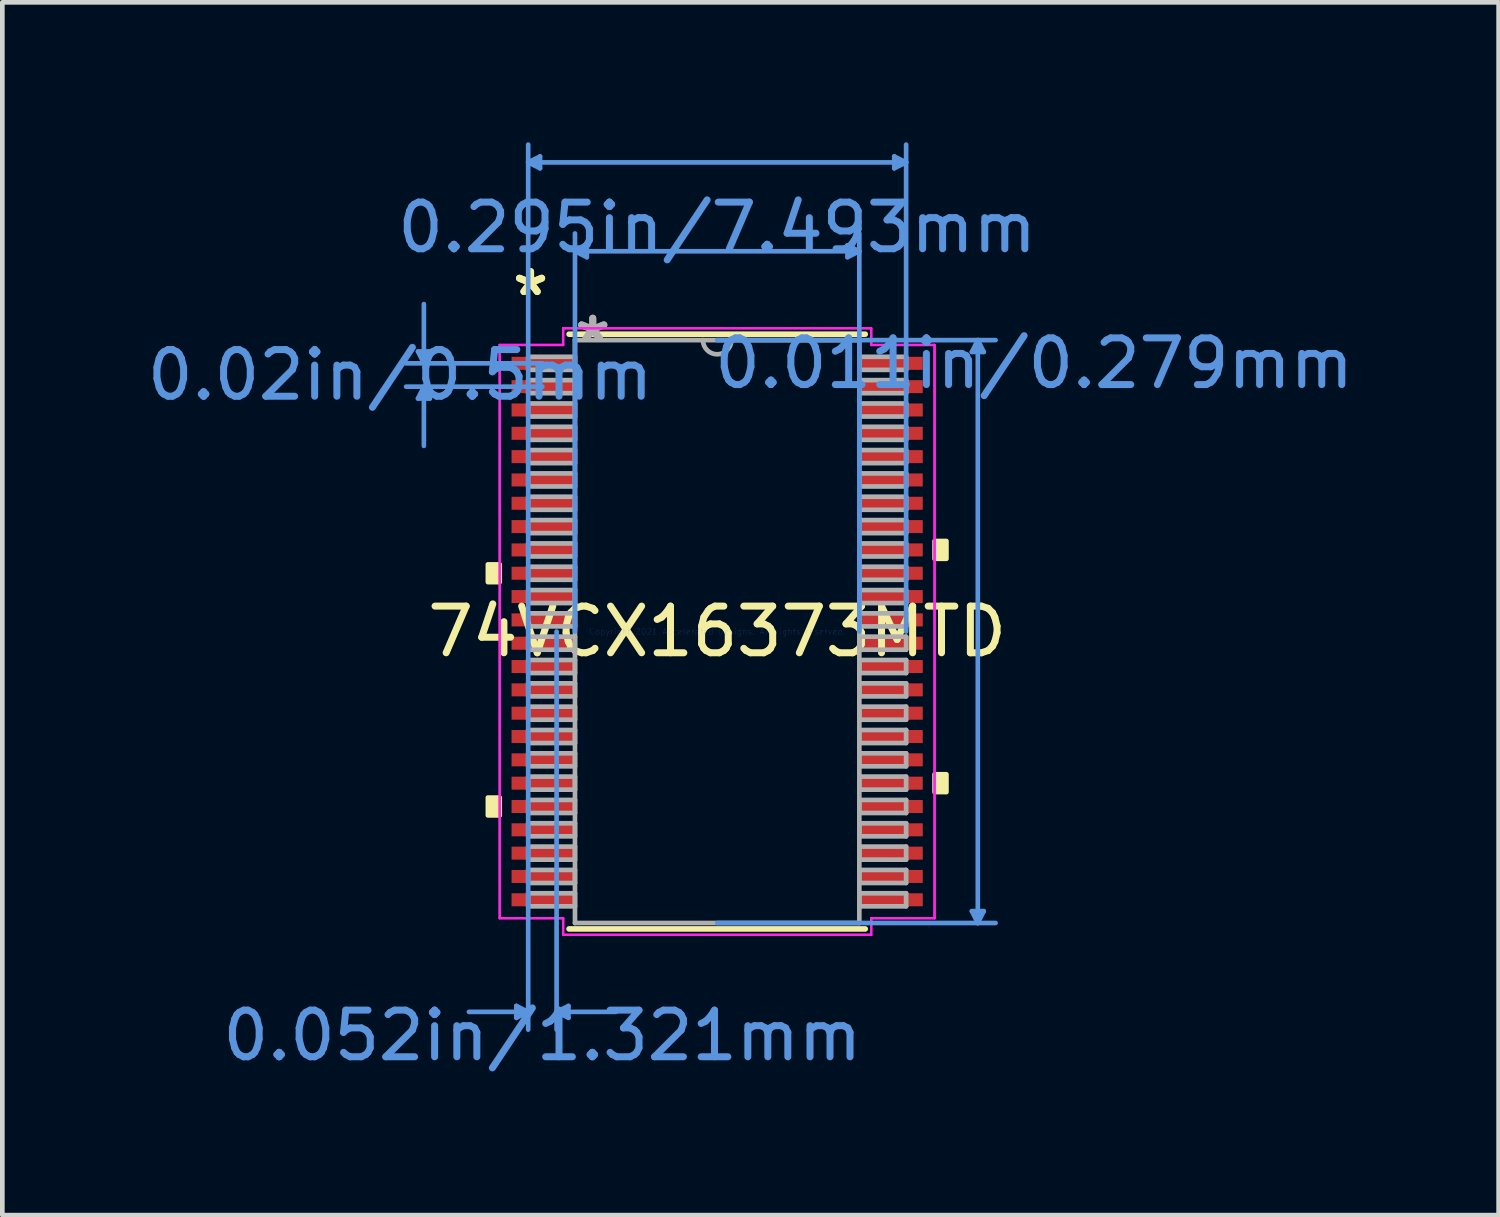
<source format=kicad_pcb>
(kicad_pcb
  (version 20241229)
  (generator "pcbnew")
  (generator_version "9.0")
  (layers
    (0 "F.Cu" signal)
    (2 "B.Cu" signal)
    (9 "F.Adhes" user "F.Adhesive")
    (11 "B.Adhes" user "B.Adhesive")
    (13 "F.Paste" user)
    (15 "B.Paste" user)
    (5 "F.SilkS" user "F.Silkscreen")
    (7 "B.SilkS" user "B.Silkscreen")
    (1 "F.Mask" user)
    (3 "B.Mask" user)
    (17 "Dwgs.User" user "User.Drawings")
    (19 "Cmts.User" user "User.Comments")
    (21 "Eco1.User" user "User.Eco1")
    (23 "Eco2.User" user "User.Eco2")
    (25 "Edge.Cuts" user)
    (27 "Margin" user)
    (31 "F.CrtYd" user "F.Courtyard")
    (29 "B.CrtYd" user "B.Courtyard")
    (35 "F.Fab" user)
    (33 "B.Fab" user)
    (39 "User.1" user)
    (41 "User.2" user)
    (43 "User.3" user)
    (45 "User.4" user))
  (footprint "74VCX16373MTD"
    (layer "F.Cu")
    (at 12.324 10.489)
    (property "Reference" "74VCX16373MTD" (at 0 0 0) (layer "F.SilkS") (effects (font (size 1 1) (thickness 0.15))))
    (attr through_hole)
    (fp_line (start -3.175 6.375) (end 3.175 6.375) (stroke (width 0.12) (type solid)) (layer "F.SilkS"))
    (fp_line (start 3.175 -6.375) (end -3.175 -6.375) (stroke (width 0.12) (type solid)) (layer "F.SilkS"))
    (fp_poly (pts (xy -4.915 -1.44) (xy -4.915 -1.06) (xy -4.661 -1.06) (xy -4.661 -1.44)) (stroke (width 0.1) (type solid)) (fill yes) (layer "F.SilkS"))
    (fp_poly (pts (xy -4.915 3.559) (xy -4.915 3.941) (xy -4.661 3.941) (xy -4.661 3.559)) (stroke (width 0.1) (type solid)) (fill yes) (layer "F.SilkS"))
    (fp_poly (pts (xy 4.915 -1.941) (xy 4.915 -1.56) (xy 4.661 -1.56) (xy 4.661 -1.941)) (stroke (width 0.1) (type solid)) (fill yes) (layer "F.SilkS"))
    (fp_poly (pts (xy 4.915 3.06) (xy 4.915 3.441) (xy 4.661 3.441) (xy 4.661 3.06)) (stroke (width 0.1) (type solid)) (fill yes) (layer "F.SilkS"))
    (fp_line (start -6.413 -6.004) (end -6.16 -6.004) (stroke (width 0.1) (type solid)) (layer "Cmts.User"))
    (fp_line (start -6.413 -4.996) (end -6.16 -4.996) (stroke (width 0.1) (type solid)) (layer "Cmts.User"))
    (fp_line (start -6.287 -5.75) (end -6.413 -6.004) (stroke (width 0.1) (type solid)) (layer "Cmts.User"))
    (fp_line (start -6.287 -5.75) (end -6.287 -7.02) (stroke (width 0.1) (type solid)) (layer "Cmts.User"))
    (fp_line (start -6.287 -5.75) (end -6.16 -6.004) (stroke (width 0.1) (type solid)) (layer "Cmts.User"))
    (fp_line (start -6.287 -5.25) (end -6.413 -4.996) (stroke (width 0.1) (type solid)) (layer "Cmts.User"))
    (fp_line (start -6.287 -5.25) (end -6.287 -3.98) (stroke (width 0.1) (type solid)) (layer "Cmts.User"))
    (fp_line (start -6.287 -5.25) (end -6.16 -4.996) (stroke (width 0.1) (type solid)) (layer "Cmts.User"))
    (fp_line (start -4.305 8.026) (end -4.305 8.28) (stroke (width 0.1) (type solid)) (layer "Cmts.User"))
    (fp_line (start -4.051 -10.058) (end -3.797 -10.185) (stroke (width 0.1) (type solid)) (layer "Cmts.User"))
    (fp_line (start -4.051 -10.058) (end -3.797 -9.931) (stroke (width 0.1) (type solid)) (layer "Cmts.User"))
    (fp_line (start -4.051 -10.058) (end 4.051 -10.058) (stroke (width 0.1) (type solid)) (layer "Cmts.User"))
    (fp_line (start -4.051 0) (end -4.051 -10.439) (stroke (width 0.1) (type solid)) (layer "Cmts.User"))
    (fp_line (start -4.051 0) (end -4.051 8.534) (stroke (width 0.1) (type solid)) (layer "Cmts.User"))
    (fp_line (start -4.051 8.153) (end -5.321 8.153) (stroke (width 0.1) (type solid)) (layer "Cmts.User"))
    (fp_line (start -4.051 8.153) (end -4.305 8.026) (stroke (width 0.1) (type solid)) (layer "Cmts.User"))
    (fp_line (start -4.051 8.153) (end -4.305 8.28) (stroke (width 0.1) (type solid)) (layer "Cmts.User"))
    (fp_line (start -3.797 -10.185) (end -3.797 -9.931) (stroke (width 0.1) (type solid)) (layer "Cmts.User"))
    (fp_line (start -3.747 -5.75) (end -6.668 -5.75) (stroke (width 0.1) (type solid)) (layer "Cmts.User"))
    (fp_line (start -3.747 -5.25) (end -6.668 -5.25) (stroke (width 0.1) (type solid)) (layer "Cmts.User"))
    (fp_line (start -3.442 0) (end -3.442 8.534) (stroke (width 0.1) (type solid)) (layer "Cmts.User"))
    (fp_line (start -3.442 8.153) (end -3.188 8.026) (stroke (width 0.1) (type solid)) (layer "Cmts.User"))
    (fp_line (start -3.442 8.153) (end -3.188 8.28) (stroke (width 0.1) (type solid)) (layer "Cmts.User"))
    (fp_line (start -3.442 8.153) (end -2.172 8.153) (stroke (width 0.1) (type solid)) (layer "Cmts.User"))
    (fp_line (start -3.188 8.026) (end -3.188 8.28) (stroke (width 0.1) (type solid)) (layer "Cmts.User"))
    (fp_line (start -3.048 -8.153) (end -2.794 -8.28) (stroke (width 0.1) (type solid)) (layer "Cmts.User"))
    (fp_line (start -3.048 -8.153) (end -2.794 -8.026) (stroke (width 0.1) (type solid)) (layer "Cmts.User"))
    (fp_line (start -3.048 -8.153) (end 3.048 -8.153) (stroke (width 0.1) (type solid)) (layer "Cmts.User"))
    (fp_line (start -3.048 0) (end -3.048 -8.534) (stroke (width 0.1) (type solid)) (layer "Cmts.User"))
    (fp_line (start -2.794 -8.28) (end -2.794 -8.026) (stroke (width 0.1) (type solid)) (layer "Cmts.User"))
    (fp_line (start 0 -6.248) (end 5.969 -6.248) (stroke (width 0.1) (type solid)) (layer "Cmts.User"))
    (fp_line (start 0 6.248) (end 5.969 6.248) (stroke (width 0.1) (type solid)) (layer "Cmts.User"))
    (fp_line (start 2.794 -8.28) (end 2.794 -8.026) (stroke (width 0.1) (type solid)) (layer "Cmts.User"))
    (fp_line (start 3.048 -8.153) (end 2.794 -8.28) (stroke (width 0.1) (type solid)) (layer "Cmts.User"))
    (fp_line (start 3.048 -8.153) (end 2.794 -8.026) (stroke (width 0.1) (type solid)) (layer "Cmts.User"))
    (fp_line (start 3.048 0) (end 3.048 -8.534) (stroke (width 0.1) (type solid)) (layer "Cmts.User"))
    (fp_line (start 3.797 -10.185) (end 3.797 -9.931) (stroke (width 0.1) (type solid)) (layer "Cmts.User"))
    (fp_line (start 4.051 -10.058) (end 3.797 -10.185) (stroke (width 0.1) (type solid)) (layer "Cmts.User"))
    (fp_line (start 4.051 -10.058) (end 3.797 -9.931) (stroke (width 0.1) (type solid)) (layer "Cmts.User"))
    (fp_line (start 4.051 0) (end 4.051 -10.439) (stroke (width 0.1) (type solid)) (layer "Cmts.User"))
    (fp_line (start 5.461 -5.994) (end 5.715 -5.994) (stroke (width 0.1) (type solid)) (layer "Cmts.User"))
    (fp_line (start 5.461 5.994) (end 5.715 5.994) (stroke (width 0.1) (type solid)) (layer "Cmts.User"))
    (fp_line (start 5.588 -6.248) (end 5.461 -5.994) (stroke (width 0.1) (type solid)) (layer "Cmts.User"))
    (fp_line (start 5.588 -6.248) (end 5.588 6.248) (stroke (width 0.1) (type solid)) (layer "Cmts.User"))
    (fp_line (start 5.588 -6.248) (end 5.715 -5.994) (stroke (width 0.1) (type solid)) (layer "Cmts.User"))
    (fp_line (start 5.588 6.248) (end 5.461 5.994) (stroke (width 0.1) (type solid)) (layer "Cmts.User"))
    (fp_line (start 5.588 6.248) (end 5.715 5.994) (stroke (width 0.1) (type solid)) (layer "Cmts.User"))
    (fp_line (start -4.661 -6.144) (end -3.302 -6.144) (stroke (width 0.05) (type solid)) (layer "F.CrtYd"))
    (fp_line (start -4.661 -6.144) (end -3.302 -6.144) (stroke (width 0.05) (type solid)) (layer "F.CrtYd"))
    (fp_line (start -4.661 6.144) (end -4.661 -6.144) (stroke (width 0.05) (type solid)) (layer "F.CrtYd"))
    (fp_line (start -4.661 6.144) (end -4.661 -6.144) (stroke (width 0.05) (type solid)) (layer "F.CrtYd"))
    (fp_line (start -4.661 6.144) (end -3.302 6.144) (stroke (width 0.05) (type solid)) (layer "F.CrtYd"))
    (fp_line (start -3.302 -6.502) (end 3.302 -6.502) (stroke (width 0.05) (type solid)) (layer "F.CrtYd"))
    (fp_line (start -3.302 -6.502) (end 3.302 -6.502) (stroke (width 0.05) (type solid)) (layer "F.CrtYd"))
    (fp_line (start -3.302 -6.144) (end -3.302 -6.502) (stroke (width 0.05) (type solid)) (layer "F.CrtYd"))
    (fp_line (start -3.302 -6.144) (end -3.302 -6.502) (stroke (width 0.05) (type solid)) (layer "F.CrtYd"))
    (fp_line (start -3.302 6.144) (end -4.661 6.144) (stroke (width 0.05) (type solid)) (layer "F.CrtYd"))
    (fp_line (start -3.302 6.502) (end -3.302 6.144) (stroke (width 0.05) (type solid)) (layer "F.CrtYd"))
    (fp_line (start -3.302 6.502) (end -3.302 6.144) (stroke (width 0.05) (type solid)) (layer "F.CrtYd"))
    (fp_line (start 3.302 -6.502) (end 3.302 -6.144) (stroke (width 0.05) (type solid)) (layer "F.CrtYd"))
    (fp_line (start 3.302 -6.502) (end 3.302 -6.144) (stroke (width 0.05) (type solid)) (layer "F.CrtYd"))
    (fp_line (start 3.302 -6.144) (end 4.661 -6.144) (stroke (width 0.05) (type solid)) (layer "F.CrtYd"))
    (fp_line (start 3.302 6.144) (end 3.302 6.502) (stroke (width 0.05) (type solid)) (layer "F.CrtYd"))
    (fp_line (start 3.302 6.144) (end 3.302 6.502) (stroke (width 0.05) (type solid)) (layer "F.CrtYd"))
    (fp_line (start 3.302 6.502) (end -3.302 6.502) (stroke (width 0.05) (type solid)) (layer "F.CrtYd"))
    (fp_line (start 3.302 6.502) (end -3.302 6.502) (stroke (width 0.05) (type solid)) (layer "F.CrtYd"))
    (fp_line (start 4.661 -6.144) (end 3.302 -6.144) (stroke (width 0.05) (type solid)) (layer "F.CrtYd"))
    (fp_line (start 4.661 -6.144) (end 4.661 6.144) (stroke (width 0.05) (type solid)) (layer "F.CrtYd"))
    (fp_line (start 4.661 -6.144) (end 4.661 6.144) (stroke (width 0.05) (type solid)) (layer "F.CrtYd"))
    (fp_line (start 4.661 6.144) (end 3.302 6.144) (stroke (width 0.05) (type solid)) (layer "F.CrtYd"))
    (fp_line (start 4.661 6.144) (end 3.302 6.144) (stroke (width 0.05) (type solid)) (layer "F.CrtYd"))
    (fp_line (start -4.051 -5.89) (end -4.051 -5.61) (stroke (width 0.1) (type solid)) (layer "F.Fab"))
    (fp_line (start -4.051 -5.61) (end -3.048 -5.61) (stroke (width 0.1) (type solid)) (layer "F.Fab"))
    (fp_line (start -4.051 -5.39) (end -4.051 -5.11) (stroke (width 0.1) (type solid)) (layer "F.Fab"))
    (fp_line (start -4.051 -5.11) (end -3.048 -5.11) (stroke (width 0.1) (type solid)) (layer "F.Fab"))
    (fp_line (start -4.051 -4.89) (end -4.051 -4.61) (stroke (width 0.1) (type solid)) (layer "F.Fab"))
    (fp_line (start -4.051 -4.61) (end -3.048 -4.61) (stroke (width 0.1) (type solid)) (layer "F.Fab"))
    (fp_line (start -4.051 -4.39) (end -4.051 -4.11) (stroke (width 0.1) (type solid)) (layer "F.Fab"))
    (fp_line (start -4.051 -4.11) (end -3.048 -4.11) (stroke (width 0.1) (type solid)) (layer "F.Fab"))
    (fp_line (start -4.051 -3.89) (end -4.051 -3.61) (stroke (width 0.1) (type solid)) (layer "F.Fab"))
    (fp_line (start -4.051 -3.61) (end -3.048 -3.61) (stroke (width 0.1) (type solid)) (layer "F.Fab"))
    (fp_line (start -4.051 -3.39) (end -4.051 -3.11) (stroke (width 0.1) (type solid)) (layer "F.Fab"))
    (fp_line (start -4.051 -3.11) (end -3.048 -3.11) (stroke (width 0.1) (type solid)) (layer "F.Fab"))
    (fp_line (start -4.051 -2.89) (end -4.051 -2.61) (stroke (width 0.1) (type solid)) (layer "F.Fab"))
    (fp_line (start -4.051 -2.61) (end -3.048 -2.61) (stroke (width 0.1) (type solid)) (layer "F.Fab"))
    (fp_line (start -4.051 -2.39) (end -4.051 -2.11) (stroke (width 0.1) (type solid)) (layer "F.Fab"))
    (fp_line (start -4.051 -2.11) (end -3.048 -2.11) (stroke (width 0.1) (type solid)) (layer "F.Fab"))
    (fp_line (start -4.051 -1.89) (end -4.051 -1.61) (stroke (width 0.1) (type solid)) (layer "F.Fab"))
    (fp_line (start -4.051 -1.61) (end -3.048 -1.61) (stroke (width 0.1) (type solid)) (layer "F.Fab"))
    (fp_line (start -4.051 -1.39) (end -4.051 -1.11) (stroke (width 0.1) (type solid)) (layer "F.Fab"))
    (fp_line (start -4.051 -1.11) (end -3.048 -1.11) (stroke (width 0.1) (type solid)) (layer "F.Fab"))
    (fp_line (start -4.051 -0.89) (end -4.051 -0.61) (stroke (width 0.1) (type solid)) (layer "F.Fab"))
    (fp_line (start -4.051 -0.61) (end -3.048 -0.61) (stroke (width 0.1) (type solid)) (layer "F.Fab"))
    (fp_line (start -4.051 -0.39) (end -4.051 -0.11) (stroke (width 0.1) (type solid)) (layer "F.Fab"))
    (fp_line (start -4.051 -0.11) (end -3.048 -0.11) (stroke (width 0.1) (type solid)) (layer "F.Fab"))
    (fp_line (start -4.051 0.11) (end -4.051 0.39) (stroke (width 0.1) (type solid)) (layer "F.Fab"))
    (fp_line (start -4.051 0.39) (end -3.048 0.39) (stroke (width 0.1) (type solid)) (layer "F.Fab"))
    (fp_line (start -4.051 0.61) (end -4.051 0.89) (stroke (width 0.1) (type solid)) (layer "F.Fab"))
    (fp_line (start -4.051 0.89) (end -3.048 0.89) (stroke (width 0.1) (type solid)) (layer "F.Fab"))
    (fp_line (start -4.051 1.11) (end -4.051 1.39) (stroke (width 0.1) (type solid)) (layer "F.Fab"))
    (fp_line (start -4.051 1.39) (end -3.048 1.39) (stroke (width 0.1) (type solid)) (layer "F.Fab"))
    (fp_line (start -4.051 1.61) (end -4.051 1.89) (stroke (width 0.1) (type solid)) (layer "F.Fab"))
    (fp_line (start -4.051 1.89) (end -3.048 1.89) (stroke (width 0.1) (type solid)) (layer "F.Fab"))
    (fp_line (start -4.051 2.11) (end -4.051 2.39) (stroke (width 0.1) (type solid)) (layer "F.Fab"))
    (fp_line (start -4.051 2.39) (end -3.048 2.39) (stroke (width 0.1) (type solid)) (layer "F.Fab"))
    (fp_line (start -4.051 2.61) (end -4.051 2.89) (stroke (width 0.1) (type solid)) (layer "F.Fab"))
    (fp_line (start -4.051 2.89) (end -3.048 2.89) (stroke (width 0.1) (type solid)) (layer "F.Fab"))
    (fp_line (start -4.051 3.11) (end -4.051 3.39) (stroke (width 0.1) (type solid)) (layer "F.Fab"))
    (fp_line (start -4.051 3.39) (end -3.048 3.39) (stroke (width 0.1) (type solid)) (layer "F.Fab"))
    (fp_line (start -4.051 3.61) (end -4.051 3.89) (stroke (width 0.1) (type solid)) (layer "F.Fab"))
    (fp_line (start -4.051 3.89) (end -3.048 3.89) (stroke (width 0.1) (type solid)) (layer "F.Fab"))
    (fp_line (start -4.051 4.11) (end -4.051 4.39) (stroke (width 0.1) (type solid)) (layer "F.Fab"))
    (fp_line (start -4.051 4.39) (end -3.048 4.39) (stroke (width 0.1) (type solid)) (layer "F.Fab"))
    (fp_line (start -4.051 4.61) (end -4.051 4.89) (stroke (width 0.1) (type solid)) (layer "F.Fab"))
    (fp_line (start -4.051 4.89) (end -3.048 4.89) (stroke (width 0.1) (type solid)) (layer "F.Fab"))
    (fp_line (start -4.051 5.11) (end -4.051 5.39) (stroke (width 0.1) (type solid)) (layer "F.Fab"))
    (fp_line (start -4.051 5.39) (end -3.048 5.39) (stroke (width 0.1) (type solid)) (layer "F.Fab"))
    (fp_line (start -4.051 5.61) (end -4.051 5.89) (stroke (width 0.1) (type solid)) (layer "F.Fab"))
    (fp_line (start -4.051 5.89) (end -3.048 5.89) (stroke (width 0.1) (type solid)) (layer "F.Fab"))
    (fp_line (start -3.048 -6.248) (end -3.048 6.248) (stroke (width 0.1) (type solid)) (layer "F.Fab"))
    (fp_line (start -3.048 -5.89) (end -4.051 -5.89) (stroke (width 0.1) (type solid)) (layer "F.Fab"))
    (fp_line (start -3.048 -5.61) (end -3.048 -5.89) (stroke (width 0.1) (type solid)) (layer "F.Fab"))
    (fp_line (start -3.048 -5.39) (end -4.051 -5.39) (stroke (width 0.1) (type solid)) (layer "F.Fab"))
    (fp_line (start -3.048 -5.11) (end -3.048 -5.39) (stroke (width 0.1) (type solid)) (layer "F.Fab"))
    (fp_line (start -3.048 -4.89) (end -4.051 -4.89) (stroke (width 0.1) (type solid)) (layer "F.Fab"))
    (fp_line (start -3.048 -4.61) (end -3.048 -4.89) (stroke (width 0.1) (type solid)) (layer "F.Fab"))
    (fp_line (start -3.048 -4.39) (end -4.051 -4.39) (stroke (width 0.1) (type solid)) (layer "F.Fab"))
    (fp_line (start -3.048 -4.11) (end -3.048 -4.39) (stroke (width 0.1) (type solid)) (layer "F.Fab"))
    (fp_line (start -3.048 -3.89) (end -4.051 -3.89) (stroke (width 0.1) (type solid)) (layer "F.Fab"))
    (fp_line (start -3.048 -3.61) (end -3.048 -3.89) (stroke (width 0.1) (type solid)) (layer "F.Fab"))
    (fp_line (start -3.048 -3.39) (end -4.051 -3.39) (stroke (width 0.1) (type solid)) (layer "F.Fab"))
    (fp_line (start -3.048 -3.11) (end -3.048 -3.39) (stroke (width 0.1) (type solid)) (layer "F.Fab"))
    (fp_line (start -3.048 -2.89) (end -4.051 -2.89) (stroke (width 0.1) (type solid)) (layer "F.Fab"))
    (fp_line (start -3.048 -2.61) (end -3.048 -2.89) (stroke (width 0.1) (type solid)) (layer "F.Fab"))
    (fp_line (start -3.048 -2.39) (end -4.051 -2.39) (stroke (width 0.1) (type solid)) (layer "F.Fab"))
    (fp_line (start -3.048 -2.11) (end -3.048 -2.39) (stroke (width 0.1) (type solid)) (layer "F.Fab"))
    (fp_line (start -3.048 -1.89) (end -4.051 -1.89) (stroke (width 0.1) (type solid)) (layer "F.Fab"))
    (fp_line (start -3.048 -1.61) (end -3.048 -1.89) (stroke (width 0.1) (type solid)) (layer "F.Fab"))
    (fp_line (start -3.048 -1.39) (end -4.051 -1.39) (stroke (width 0.1) (type solid)) (layer "F.Fab"))
    (fp_line (start -3.048 -1.11) (end -3.048 -1.39) (stroke (width 0.1) (type solid)) (layer "F.Fab"))
    (fp_line (start -3.048 -0.89) (end -4.051 -0.89) (stroke (width 0.1) (type solid)) (layer "F.Fab"))
    (fp_line (start -3.048 -0.61) (end -3.048 -0.89) (stroke (width 0.1) (type solid)) (layer "F.Fab"))
    (fp_line (start -3.048 -0.39) (end -4.051 -0.39) (stroke (width 0.1) (type solid)) (layer "F.Fab"))
    (fp_line (start -3.048 -0.11) (end -3.048 -0.39) (stroke (width 0.1) (type solid)) (layer "F.Fab"))
    (fp_line (start -3.048 0.11) (end -4.051 0.11) (stroke (width 0.1) (type solid)) (layer "F.Fab"))
    (fp_line (start -3.048 0.39) (end -3.048 0.11) (stroke (width 0.1) (type solid)) (layer "F.Fab"))
    (fp_line (start -3.048 0.61) (end -4.051 0.61) (stroke (width 0.1) (type solid)) (layer "F.Fab"))
    (fp_line (start -3.048 0.89) (end -3.048 0.61) (stroke (width 0.1) (type solid)) (layer "F.Fab"))
    (fp_line (start -3.048 1.11) (end -4.051 1.11) (stroke (width 0.1) (type solid)) (layer "F.Fab"))
    (fp_line (start -3.048 1.39) (end -3.048 1.11) (stroke (width 0.1) (type solid)) (layer "F.Fab"))
    (fp_line (start -3.048 1.61) (end -4.051 1.61) (stroke (width 0.1) (type solid)) (layer "F.Fab"))
    (fp_line (start -3.048 1.89) (end -3.048 1.61) (stroke (width 0.1) (type solid)) (layer "F.Fab"))
    (fp_line (start -3.048 2.11) (end -4.051 2.11) (stroke (width 0.1) (type solid)) (layer "F.Fab"))
    (fp_line (start -3.048 2.39) (end -3.048 2.11) (stroke (width 0.1) (type solid)) (layer "F.Fab"))
    (fp_line (start -3.048 2.61) (end -4.051 2.61) (stroke (width 0.1) (type solid)) (layer "F.Fab"))
    (fp_line (start -3.048 2.89) (end -3.048 2.61) (stroke (width 0.1) (type solid)) (layer "F.Fab"))
    (fp_line (start -3.048 3.11) (end -4.051 3.11) (stroke (width 0.1) (type solid)) (layer "F.Fab"))
    (fp_line (start -3.048 3.39) (end -3.048 3.11) (stroke (width 0.1) (type solid)) (layer "F.Fab"))
    (fp_line (start -3.048 3.61) (end -4.051 3.61) (stroke (width 0.1) (type solid)) (layer "F.Fab"))
    (fp_line (start -3.048 3.89) (end -3.048 3.61) (stroke (width 0.1) (type solid)) (layer "F.Fab"))
    (fp_line (start -3.048 4.11) (end -4.051 4.11) (stroke (width 0.1) (type solid)) (layer "F.Fab"))
    (fp_line (start -3.048 4.39) (end -3.048 4.11) (stroke (width 0.1) (type solid)) (layer "F.Fab"))
    (fp_line (start -3.048 4.61) (end -4.051 4.61) (stroke (width 0.1) (type solid)) (layer "F.Fab"))
    (fp_line (start -3.048 4.89) (end -3.048 4.61) (stroke (width 0.1) (type solid)) (layer "F.Fab"))
    (fp_line (start -3.048 5.11) (end -4.051 5.11) (stroke (width 0.1) (type solid)) (layer "F.Fab"))
    (fp_line (start -3.048 5.39) (end -3.048 5.11) (stroke (width 0.1) (type solid)) (layer "F.Fab"))
    (fp_line (start -3.048 5.61) (end -4.051 5.61) (stroke (width 0.1) (type solid)) (layer "F.Fab"))
    (fp_line (start -3.048 5.89) (end -3.048 5.61) (stroke (width 0.1) (type solid)) (layer "F.Fab"))
    (fp_line (start -3.048 6.248) (end 3.048 6.248) (stroke (width 0.1) (type solid)) (layer "F.Fab"))
    (fp_line (start 3.048 -6.248) (end -3.048 -6.248) (stroke (width 0.1) (type solid)) (layer "F.Fab"))
    (fp_line (start 3.048 -5.89) (end 3.048 -5.61) (stroke (width 0.1) (type solid)) (layer "F.Fab"))
    (fp_line (start 3.048 -5.61) (end 4.051 -5.61) (stroke (width 0.1) (type solid)) (layer "F.Fab"))
    (fp_line (start 3.048 -5.39) (end 3.048 -5.11) (stroke (width 0.1) (type solid)) (layer "F.Fab"))
    (fp_line (start 3.048 -5.11) (end 4.051 -5.11) (stroke (width 0.1) (type solid)) (layer "F.Fab"))
    (fp_line (start 3.048 -4.89) (end 3.048 -4.61) (stroke (width 0.1) (type solid)) (layer "F.Fab"))
    (fp_line (start 3.048 -4.61) (end 4.051 -4.61) (stroke (width 0.1) (type solid)) (layer "F.Fab"))
    (fp_line (start 3.048 -4.39) (end 3.048 -4.11) (stroke (width 0.1) (type solid)) (layer "F.Fab"))
    (fp_line (start 3.048 -4.11) (end 4.051 -4.11) (stroke (width 0.1) (type solid)) (layer "F.Fab"))
    (fp_line (start 3.048 -3.89) (end 3.048 -3.61) (stroke (width 0.1) (type solid)) (layer "F.Fab"))
    (fp_line (start 3.048 -3.61) (end 4.051 -3.61) (stroke (width 0.1) (type solid)) (layer "F.Fab"))
    (fp_line (start 3.048 -3.39) (end 3.048 -3.11) (stroke (width 0.1) (type solid)) (layer "F.Fab"))
    (fp_line (start 3.048 -3.11) (end 4.051 -3.11) (stroke (width 0.1) (type solid)) (layer "F.Fab"))
    (fp_line (start 3.048 -2.89) (end 3.048 -2.61) (stroke (width 0.1) (type solid)) (layer "F.Fab"))
    (fp_line (start 3.048 -2.61) (end 4.051 -2.61) (stroke (width 0.1) (type solid)) (layer "F.Fab"))
    (fp_line (start 3.048 -2.39) (end 3.048 -2.11) (stroke (width 0.1) (type solid)) (layer "F.Fab"))
    (fp_line (start 3.048 -2.11) (end 4.051 -2.11) (stroke (width 0.1) (type solid)) (layer "F.Fab"))
    (fp_line (start 3.048 -1.89) (end 3.048 -1.61) (stroke (width 0.1) (type solid)) (layer "F.Fab"))
    (fp_line (start 3.048 -1.61) (end 4.051 -1.61) (stroke (width 0.1) (type solid)) (layer "F.Fab"))
    (fp_line (start 3.048 -1.39) (end 3.048 -1.11) (stroke (width 0.1) (type solid)) (layer "F.Fab"))
    (fp_line (start 3.048 -1.11) (end 4.051 -1.11) (stroke (width 0.1) (type solid)) (layer "F.Fab"))
    (fp_line (start 3.048 -0.89) (end 3.048 -0.61) (stroke (width 0.1) (type solid)) (layer "F.Fab"))
    (fp_line (start 3.048 -0.61) (end 4.051 -0.61) (stroke (width 0.1) (type solid)) (layer "F.Fab"))
    (fp_line (start 3.048 -0.39) (end 3.048 -0.11) (stroke (width 0.1) (type solid)) (layer "F.Fab"))
    (fp_line (start 3.048 -0.11) (end 4.051 -0.11) (stroke (width 0.1) (type solid)) (layer "F.Fab"))
    (fp_line (start 3.048 0.11) (end 3.048 0.39) (stroke (width 0.1) (type solid)) (layer "F.Fab"))
    (fp_line (start 3.048 0.39) (end 4.051 0.39) (stroke (width 0.1) (type solid)) (layer "F.Fab"))
    (fp_line (start 3.048 0.61) (end 3.048 0.89) (stroke (width 0.1) (type solid)) (layer "F.Fab"))
    (fp_line (start 3.048 0.89) (end 4.051 0.89) (stroke (width 0.1) (type solid)) (layer "F.Fab"))
    (fp_line (start 3.048 1.11) (end 3.048 1.39) (stroke (width 0.1) (type solid)) (layer "F.Fab"))
    (fp_line (start 3.048 1.39) (end 4.051 1.39) (stroke (width 0.1) (type solid)) (layer "F.Fab"))
    (fp_line (start 3.048 1.61) (end 3.048 1.89) (stroke (width 0.1) (type solid)) (layer "F.Fab"))
    (fp_line (start 3.048 1.89) (end 4.051 1.89) (stroke (width 0.1) (type solid)) (layer "F.Fab"))
    (fp_line (start 3.048 2.11) (end 3.048 2.39) (stroke (width 0.1) (type solid)) (layer "F.Fab"))
    (fp_line (start 3.048 2.39) (end 4.051 2.39) (stroke (width 0.1) (type solid)) (layer "F.Fab"))
    (fp_line (start 3.048 2.61) (end 3.048 2.89) (stroke (width 0.1) (type solid)) (layer "F.Fab"))
    (fp_line (start 3.048 2.89) (end 4.051 2.89) (stroke (width 0.1) (type solid)) (layer "F.Fab"))
    (fp_line (start 3.048 3.11) (end 3.048 3.39) (stroke (width 0.1) (type solid)) (layer "F.Fab"))
    (fp_line (start 3.048 3.39) (end 4.051 3.39) (stroke (width 0.1) (type solid)) (layer "F.Fab"))
    (fp_line (start 3.048 3.61) (end 3.048 3.89) (stroke (width 0.1) (type solid)) (layer "F.Fab"))
    (fp_line (start 3.048 3.89) (end 4.051 3.89) (stroke (width 0.1) (type solid)) (layer "F.Fab"))
    (fp_line (start 3.048 4.11) (end 3.048 4.39) (stroke (width 0.1) (type solid)) (layer "F.Fab"))
    (fp_line (start 3.048 4.39) (end 4.051 4.39) (stroke (width 0.1) (type solid)) (layer "F.Fab"))
    (fp_line (start 3.048 4.61) (end 3.048 4.89) (stroke (width 0.1) (type solid)) (layer "F.Fab"))
    (fp_line (start 3.048 4.89) (end 4.051 4.89) (stroke (width 0.1) (type solid)) (layer "F.Fab"))
    (fp_line (start 3.048 5.11) (end 3.048 5.39) (stroke (width 0.1) (type solid)) (layer "F.Fab"))
    (fp_line (start 3.048 5.39) (end 4.051 5.39) (stroke (width 0.1) (type solid)) (layer "F.Fab"))
    (fp_line (start 3.048 5.61) (end 3.048 5.89) (stroke (width 0.1) (type solid)) (layer "F.Fab"))
    (fp_line (start 3.048 5.89) (end 4.051 5.89) (stroke (width 0.1) (type solid)) (layer "F.Fab"))
    (fp_line (start 3.048 6.248) (end 3.048 -6.248) (stroke (width 0.1) (type solid)) (layer "F.Fab"))
    (fp_line (start 4.051 -5.89) (end 3.048 -5.89) (stroke (width 0.1) (type solid)) (layer "F.Fab"))
    (fp_line (start 4.051 -5.61) (end 4.051 -5.89) (stroke (width 0.1) (type solid)) (layer "F.Fab"))
    (fp_line (start 4.051 -5.39) (end 3.048 -5.39) (stroke (width 0.1) (type solid)) (layer "F.Fab"))
    (fp_line (start 4.051 -5.11) (end 4.051 -5.39) (stroke (width 0.1) (type solid)) (layer "F.Fab"))
    (fp_line (start 4.051 -4.89) (end 3.048 -4.89) (stroke (width 0.1) (type solid)) (layer "F.Fab"))
    (fp_line (start 4.051 -4.61) (end 4.051 -4.89) (stroke (width 0.1) (type solid)) (layer "F.Fab"))
    (fp_line (start 4.051 -4.39) (end 3.048 -4.39) (stroke (width 0.1) (type solid)) (layer "F.Fab"))
    (fp_line (start 4.051 -4.11) (end 4.051 -4.39) (stroke (width 0.1) (type solid)) (layer "F.Fab"))
    (fp_line (start 4.051 -3.89) (end 3.048 -3.89) (stroke (width 0.1) (type solid)) (layer "F.Fab"))
    (fp_line (start 4.051 -3.61) (end 4.051 -3.89) (stroke (width 0.1) (type solid)) (layer "F.Fab"))
    (fp_line (start 4.051 -3.39) (end 3.048 -3.39) (stroke (width 0.1) (type solid)) (layer "F.Fab"))
    (fp_line (start 4.051 -3.11) (end 4.051 -3.39) (stroke (width 0.1) (type solid)) (layer "F.Fab"))
    (fp_line (start 4.051 -2.89) (end 3.048 -2.89) (stroke (width 0.1) (type solid)) (layer "F.Fab"))
    (fp_line (start 4.051 -2.61) (end 4.051 -2.89) (stroke (width 0.1) (type solid)) (layer "F.Fab"))
    (fp_line (start 4.051 -2.39) (end 3.048 -2.39) (stroke (width 0.1) (type solid)) (layer "F.Fab"))
    (fp_line (start 4.051 -2.11) (end 4.051 -2.39) (stroke (width 0.1) (type solid)) (layer "F.Fab"))
    (fp_line (start 4.051 -1.89) (end 3.048 -1.89) (stroke (width 0.1) (type solid)) (layer "F.Fab"))
    (fp_line (start 4.051 -1.61) (end 4.051 -1.89) (stroke (width 0.1) (type solid)) (layer "F.Fab"))
    (fp_line (start 4.051 -1.39) (end 3.048 -1.39) (stroke (width 0.1) (type solid)) (layer "F.Fab"))
    (fp_line (start 4.051 -1.11) (end 4.051 -1.39) (stroke (width 0.1) (type solid)) (layer "F.Fab"))
    (fp_line (start 4.051 -0.89) (end 3.048 -0.89) (stroke (width 0.1) (type solid)) (layer "F.Fab"))
    (fp_line (start 4.051 -0.61) (end 4.051 -0.89) (stroke (width 0.1) (type solid)) (layer "F.Fab"))
    (fp_line (start 4.051 -0.39) (end 3.048 -0.39) (stroke (width 0.1) (type solid)) (layer "F.Fab"))
    (fp_line (start 4.051 -0.11) (end 4.051 -0.39) (stroke (width 0.1) (type solid)) (layer "F.Fab"))
    (fp_line (start 4.051 0.11) (end 3.048 0.11) (stroke (width 0.1) (type solid)) (layer "F.Fab"))
    (fp_line (start 4.051 0.39) (end 4.051 0.11) (stroke (width 0.1) (type solid)) (layer "F.Fab"))
    (fp_line (start 4.051 0.61) (end 3.048 0.61) (stroke (width 0.1) (type solid)) (layer "F.Fab"))
    (fp_line (start 4.051 0.89) (end 4.051 0.61) (stroke (width 0.1) (type solid)) (layer "F.Fab"))
    (fp_line (start 4.051 1.11) (end 3.048 1.11) (stroke (width 0.1) (type solid)) (layer "F.Fab"))
    (fp_line (start 4.051 1.39) (end 4.051 1.11) (stroke (width 0.1) (type solid)) (layer "F.Fab"))
    (fp_line (start 4.051 1.61) (end 3.048 1.61) (stroke (width 0.1) (type solid)) (layer "F.Fab"))
    (fp_line (start 4.051 1.89) (end 4.051 1.61) (stroke (width 0.1) (type solid)) (layer "F.Fab"))
    (fp_line (start 4.051 2.11) (end 3.048 2.11) (stroke (width 0.1) (type solid)) (layer "F.Fab"))
    (fp_line (start 4.051 2.39) (end 4.051 2.11) (stroke (width 0.1) (type solid)) (layer "F.Fab"))
    (fp_line (start 4.051 2.61) (end 3.048 2.61) (stroke (width 0.1) (type solid)) (layer "F.Fab"))
    (fp_line (start 4.051 2.89) (end 4.051 2.61) (stroke (width 0.1) (type solid)) (layer "F.Fab"))
    (fp_line (start 4.051 3.11) (end 3.048 3.11) (stroke (width 0.1) (type solid)) (layer "F.Fab"))
    (fp_line (start 4.051 3.39) (end 4.051 3.11) (stroke (width 0.1) (type solid)) (layer "F.Fab"))
    (fp_line (start 4.051 3.61) (end 3.048 3.61) (stroke (width 0.1) (type solid)) (layer "F.Fab"))
    (fp_line (start 4.051 3.89) (end 4.051 3.61) (stroke (width 0.1) (type solid)) (layer "F.Fab"))
    (fp_line (start 4.051 4.11) (end 3.048 4.11) (stroke (width 0.1) (type solid)) (layer "F.Fab"))
    (fp_line (start 4.051 4.39) (end 4.051 4.11) (stroke (width 0.1) (type solid)) (layer "F.Fab"))
    (fp_line (start 4.051 4.61) (end 3.048 4.61) (stroke (width 0.1) (type solid)) (layer "F.Fab"))
    (fp_line (start 4.051 4.89) (end 4.051 4.61) (stroke (width 0.1) (type solid)) (layer "F.Fab"))
    (fp_line (start 4.051 5.11) (end 3.048 5.11) (stroke (width 0.1) (type solid)) (layer "F.Fab"))
    (fp_line (start 4.051 5.39) (end 4.051 5.11) (stroke (width 0.1) (type solid)) (layer "F.Fab"))
    (fp_line (start 4.051 5.61) (end 3.048 5.61) (stroke (width 0.1) (type solid)) (layer "F.Fab"))
    (fp_line (start 4.051 5.89) (end 4.051 5.61) (stroke (width 0.1) (type solid)) (layer "F.Fab"))
    (fp_arc (start 0.3048 -6.2484) (mid 0 -5.9436) (end -0.3048 -6.2484) (stroke (width 0.1) (type solid)) (layer "F.Fab"))
    (fp_text user "*" (at -4 -7.172 0) (layer "F.SilkS") (effects (font (size 1 1) (thickness 0.15))))
    (fp_text user "*" (at -4 -7.172 0) (layer "F.SilkS") (effects (font (size 1 1) (thickness 0.15))))
    (fp_text user "0.02in/0.5mm" (at -6.795 -5.5 0) (layer "Cmts.User") (effects (font (size 1 1) (thickness 0.15))))
    (fp_text user "Copyright 2021 Accelerated Designs. All rights reserved." (at 0 0 0) (layer "Cmts.User") (effects (font (size 0.127 0.127) (thickness 0.002))))
    (fp_text user "0.295in/7.493mm" (at 0 -8.661 0) (layer "Cmts.User") (effects (font (size 1 1) (thickness 0.15))))
    (fp_text user "0.052in/1.321mm" (at -3.747 8.661 0) (layer "Cmts.User") (effects (font (size 1 1) (thickness 0.15))))
    (fp_text user "0.011in/0.279mm" (at 6.795 -5.75 0) (layer "Cmts.User") (effects (font (size 1 1) (thickness 0.15))))
    (fp_text user "*" (at -2.667 -6.172 0) (layer "F.Fab") (effects (font (size 1 1) (thickness 0.15))))
    (fp_text user "*" (at -2.667 -6.172 0) (layer "F.Fab") (effects (font (size 1 1) (thickness 0.15))))
    (pad "1" smd rect (at -3.747 -5.75) (size 1.321 0.279) (layers "F.Cu" "F.Mask" "F.Paste"))
    (pad "2" smd rect (at -3.747 -5.25) (size 1.321 0.279) (layers "F.Cu" "F.Mask" "F.Paste"))
    (pad "3" smd rect (at -3.747 -4.75) (size 1.321 0.279) (layers "F.Cu" "F.Mask" "F.Paste"))
    (pad "4" smd rect (at -3.747 -4.25) (size 1.321 0.279) (layers "F.Cu" "F.Mask" "F.Paste"))
    (pad "5" smd rect (at -3.747 -3.75) (size 1.321 0.279) (layers "F.Cu" "F.Mask" "F.Paste"))
    (pad "6" smd rect (at -3.747 -3.25) (size 1.321 0.279) (layers "F.Cu" "F.Mask" "F.Paste"))
    (pad "7" smd rect (at -3.747 -2.75) (size 1.321 0.279) (layers "F.Cu" "F.Mask" "F.Paste"))
    (pad "8" smd rect (at -3.747 -2.25) (size 1.321 0.279) (layers "F.Cu" "F.Mask" "F.Paste"))
    (pad "9" smd rect (at -3.747 -1.75) (size 1.321 0.279) (layers "F.Cu" "F.Mask" "F.Paste"))
    (pad "10" smd rect (at -3.747 -1.25) (size 1.321 0.279) (layers "F.Cu" "F.Mask" "F.Paste"))
    (pad "11" smd rect (at -3.747 -0.75) (size 1.321 0.279) (layers "F.Cu" "F.Mask" "F.Paste"))
    (pad "12" smd rect (at -3.747 -0.25) (size 1.321 0.279) (layers "F.Cu" "F.Mask" "F.Paste"))
    (pad "13" smd rect (at -3.747 0.25) (size 1.321 0.279) (layers "F.Cu" "F.Mask" "F.Paste"))
    (pad "14" smd rect (at -3.747 0.75) (size 1.321 0.279) (layers "F.Cu" "F.Mask" "F.Paste"))
    (pad "15" smd rect (at -3.747 1.25) (size 1.321 0.279) (layers "F.Cu" "F.Mask" "F.Paste"))
    (pad "16" smd rect (at -3.747 1.75) (size 1.321 0.279) (layers "F.Cu" "F.Mask" "F.Paste"))
    (pad "17" smd rect (at -3.747 2.25) (size 1.321 0.279) (layers "F.Cu" "F.Mask" "F.Paste"))
    (pad "18" smd rect (at -3.747 2.75) (size 1.321 0.279) (layers "F.Cu" "F.Mask" "F.Paste"))
    (pad "19" smd rect (at -3.747 3.25) (size 1.321 0.279) (layers "F.Cu" "F.Mask" "F.Paste"))
    (pad "20" smd rect (at -3.747 3.75) (size 1.321 0.279) (layers "F.Cu" "F.Mask" "F.Paste"))
    (pad "21" smd rect (at -3.747 4.25) (size 1.321 0.279) (layers "F.Cu" "F.Mask" "F.Paste"))
    (pad "22" smd rect (at -3.747 4.75) (size 1.321 0.279) (layers "F.Cu" "F.Mask" "F.Paste"))
    (pad "23" smd rect (at -3.747 5.25) (size 1.321 0.279) (layers "F.Cu" "F.Mask" "F.Paste"))
    (pad "24" smd rect (at -3.747 5.75) (size 1.321 0.279) (layers "F.Cu" "F.Mask" "F.Paste"))
    (pad "25" smd rect (at 3.747 5.75) (size 1.321 0.279) (layers "F.Cu" "F.Mask" "F.Paste"))
    (pad "26" smd rect (at 3.747 5.25) (size 1.321 0.279) (layers "F.Cu" "F.Mask" "F.Paste"))
    (pad "27" smd rect (at 3.747 4.75) (size 1.321 0.279) (layers "F.Cu" "F.Mask" "F.Paste"))
    (pad "28" smd rect (at 3.747 4.25) (size 1.321 0.279) (layers "F.Cu" "F.Mask" "F.Paste"))
    (pad "29" smd rect (at 3.747 3.75) (size 1.321 0.279) (layers "F.Cu" "F.Mask" "F.Paste"))
    (pad "30" smd rect (at 3.747 3.25) (size 1.321 0.279) (layers "F.Cu" "F.Mask" "F.Paste"))
    (pad "31" smd rect (at 3.747 2.75) (size 1.321 0.279) (layers "F.Cu" "F.Mask" "F.Paste"))
    (pad "32" smd rect (at 3.747 2.25) (size 1.321 0.279) (layers "F.Cu" "F.Mask" "F.Paste"))
    (pad "33" smd rect (at 3.747 1.75) (size 1.321 0.279) (layers "F.Cu" "F.Mask" "F.Paste"))
    (pad "34" smd rect (at 3.747 1.25) (size 1.321 0.279) (layers "F.Cu" "F.Mask" "F.Paste"))
    (pad "35" smd rect (at 3.747 0.75) (size 1.321 0.279) (layers "F.Cu" "F.Mask" "F.Paste"))
    (pad "36" smd rect (at 3.747 0.25) (size 1.321 0.279) (layers "F.Cu" "F.Mask" "F.Paste"))
    (pad "37" smd rect (at 3.747 -0.25) (size 1.321 0.279) (layers "F.Cu" "F.Mask" "F.Paste"))
    (pad "38" smd rect (at 3.747 -0.75) (size 1.321 0.279) (layers "F.Cu" "F.Mask" "F.Paste"))
    (pad "39" smd rect (at 3.747 -1.25) (size 1.321 0.279) (layers "F.Cu" "F.Mask" "F.Paste"))
    (pad "40" smd rect (at 3.747 -1.75) (size 1.321 0.279) (layers "F.Cu" "F.Mask" "F.Paste"))
    (pad "41" smd rect (at 3.747 -2.25) (size 1.321 0.279) (layers "F.Cu" "F.Mask" "F.Paste"))
    (pad "42" smd rect (at 3.747 -2.75) (size 1.321 0.279) (layers "F.Cu" "F.Mask" "F.Paste"))
    (pad "43" smd rect (at 3.747 -3.25) (size 1.321 0.279) (layers "F.Cu" "F.Mask" "F.Paste"))
    (pad "44" smd rect (at 3.747 -3.75) (size 1.321 0.279) (layers "F.Cu" "F.Mask" "F.Paste"))
    (pad "45" smd rect (at 3.747 -4.25) (size 1.321 0.279) (layers "F.Cu" "F.Mask" "F.Paste"))
    (pad "46" smd rect (at 3.747 -4.75) (size 1.321 0.279) (layers "F.Cu" "F.Mask" "F.Paste"))
    (pad "47" smd rect (at 3.747 -5.25) (size 1.321 0.279) (layers "F.Cu" "F.Mask" "F.Paste"))
    (pad "48" smd rect (at 3.747 -5.75) (size 1.321 0.279) (layers "F.Cu" "F.Mask" "F.Paste")))
  (gr_rect
    (start -3 -3)
    (end 29.077 22.999)
    (stroke (width 0.1) (type default))
    (fill no)
    (layer "Edge.Cuts")))
</source>
